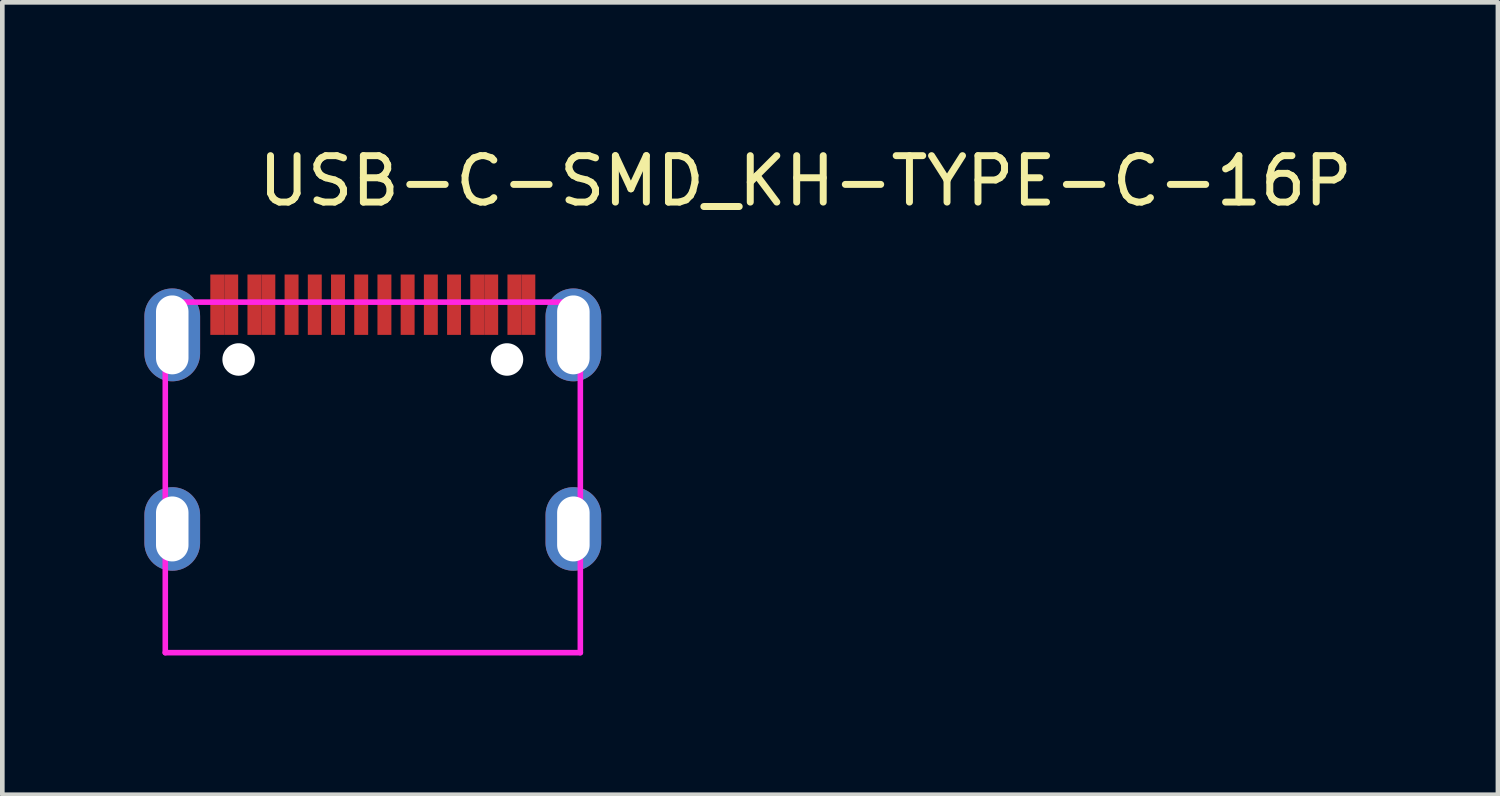
<source format=kicad_pcb>
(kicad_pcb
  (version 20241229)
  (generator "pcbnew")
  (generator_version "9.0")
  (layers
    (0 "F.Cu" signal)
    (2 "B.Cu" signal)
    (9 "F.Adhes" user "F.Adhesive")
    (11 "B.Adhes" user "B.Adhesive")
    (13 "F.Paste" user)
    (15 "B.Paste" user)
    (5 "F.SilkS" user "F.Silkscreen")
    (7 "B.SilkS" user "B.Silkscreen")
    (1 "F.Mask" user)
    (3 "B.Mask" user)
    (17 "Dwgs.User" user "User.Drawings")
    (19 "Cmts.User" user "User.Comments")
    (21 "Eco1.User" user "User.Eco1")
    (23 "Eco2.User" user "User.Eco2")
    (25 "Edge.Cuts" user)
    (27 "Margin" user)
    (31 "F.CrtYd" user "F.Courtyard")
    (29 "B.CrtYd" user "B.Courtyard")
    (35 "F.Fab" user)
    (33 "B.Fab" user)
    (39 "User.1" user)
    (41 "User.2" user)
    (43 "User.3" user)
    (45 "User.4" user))
  (footprint "USB-C-SMD_KH-TYPE-C-16P"
    (layer "F.Cu")
    (at 4.98 5.928)
    (property "Reference" "USB-C-SMD_KH-TYPE-C-16P" (at -2.54 -5.08 0) (layer "F.SilkS") (effects (font (size 1 1) (thickness 0.15)) (justify left)))
    (attr through_hole)
    (fp_poly (pts (xy -1.6 -1.765) (xy -1.6 -3.065) (xy -1.9 -3.065) (xy -1.9 -1.765)) (stroke (width 0.12) (type solid)) (fill yes) (layer "F.Paste"))
    (fp_poly (pts (xy -1.4 -3.065) (xy -1.4 -1.765) (xy -1.1 -1.765) (xy -1.1 -3.065)) (stroke (width 0.12) (type solid)) (fill yes) (layer "F.Paste"))
    (fp_poly (pts (xy -0.6 -1.765) (xy -0.6 -3.065) (xy -0.9 -3.065) (xy -0.9 -1.765)) (stroke (width 0.12) (type solid)) (fill yes) (layer "F.Paste"))
    (fp_poly (pts (xy -0.4 -3.065) (xy -0.4 -1.765) (xy -0.1 -1.765) (xy -0.1 -3.065)) (stroke (width 0.12) (type solid)) (fill yes) (layer "F.Paste"))
    (fp_poly (pts (xy 0.4 -1.765) (xy 0.4 -3.065) (xy 0.1 -3.065) (xy 0.1 -1.765)) (stroke (width 0.12) (type solid)) (fill yes) (layer "F.Paste"))
    (fp_poly (pts (xy 0.6 -3.065) (xy 0.6 -1.765) (xy 0.9 -1.765) (xy 0.9 -3.065)) (stroke (width 0.12) (type solid)) (fill yes) (layer "F.Paste"))
    (fp_poly (pts (xy 1.4 -1.765) (xy 1.4 -3.065) (xy 1.1 -3.065) (xy 1.1 -1.765)) (stroke (width 0.12) (type solid)) (fill yes) (layer "F.Paste"))
    (fp_poly (pts (xy 1.9 -1.765) (xy 1.9 -3.065) (xy 1.6 -3.065) (xy 1.6 -1.765)) (stroke (width 0.12) (type solid)) (fill yes) (layer "F.Paste"))
    (fp_poly (pts (xy -3.5 -3.065) (xy -3.5 -1.765) (xy -3.2 -1.765) (xy -2.9 -1.765) (xy -2.9 -3.065) (xy -3.2 -3.065)) (stroke (width 0.12) (type solid)) (fill yes) (layer "F.Paste"))
    (fp_poly (pts (xy -2.1 -1.765) (xy -2.1 -3.065) (xy -2.4 -3.065) (xy -2.7 -3.065) (xy -2.7 -1.765) (xy -2.4 -1.765)) (stroke (width 0.12) (type solid)) (fill yes) (layer "F.Paste"))
    (fp_poly (pts (xy 2.7 -1.765) (xy 2.7 -3.065) (xy 2.4 -3.065) (xy 2.1 -3.065) (xy 2.1 -1.765) (xy 2.4 -1.765)) (stroke (width 0.12) (type solid)) (fill yes) (layer "F.Paste"))
    (fp_poly (pts (xy 3.5 -1.765) (xy 3.5 -3.065) (xy 3.2 -3.065) (xy 2.9 -3.065) (xy 2.9 -1.765) (xy 3.2 -1.765)) (stroke (width 0.12) (type solid)) (fill yes) (layer "F.Paste"))
    (fp_poly (pts (xy -4.275 -2.763) (xy -4.305 -2.765) (xy -4.335 -2.765) (xy -4.365 -2.763) (xy -4.395 -2.76) (xy -4.424 -2.756) (xy -4.454 -2.75) (xy -4.483 -2.743) (xy -4.511 -2.734) (xy -4.539 -2.724) (xy -4.567 -2.712) (xy -4.594 -2.699) (xy -4.62 -2.685) (xy -4.646 -2.669) (xy -4.67 -2.652) (xy -4.694 -2.634) (xy -4.717 -2.615) (xy -4.739 -2.595) (xy -4.76 -2.573) (xy -4.78 -2.551) (xy -4.798 -2.527) (xy -4.816 -2.503) (xy -4.832 -2.478) (xy -4.847 -2.452) (xy -4.861 -2.425) (xy -4.873 -2.398) (xy -4.884 -2.37) (xy -4.893 -2.342) (xy -4.901 -2.313) (xy -4.908 -2.284) (xy -4.913 -2.254) (xy -4.917 -2.225) (xy -4.919 -2.195) (xy -4.92 -2.165) (xy -4.92 -1.365) (xy -4.919 -1.335) (xy -4.917 -1.305) (xy -4.913 -1.276) (xy -4.908 -1.246) (xy -4.901 -1.217) (xy -4.893 -1.188) (xy -4.884 -1.16) (xy -4.873 -1.132) (xy -4.861 -1.105) (xy -4.847 -1.078) (xy -4.832 -1.052) (xy -4.816 -1.027) (xy -4.798 -1.003) (xy -4.78 -0.979) (xy -4.76 -0.957) (xy -4.739 -0.936) (xy -4.717 -0.915) (xy -4.694 -0.896) (xy -4.67 -0.878) (xy -4.646 -0.861) (xy -4.62 -0.845) (xy -4.594 -0.831) (xy -4.567 -0.818) (xy -4.539 -0.807) (xy -4.511 -0.796) (xy -4.483 -0.787) (xy -4.454 -0.78) (xy -4.424 -0.774) (xy -4.395 -0.77) (xy -4.365 -0.767) (xy -4.335 -0.765) (xy -4.305 -0.765) (xy -4.275 -0.767) (xy -4.245 -0.77) (xy -4.216 -0.774) (xy -4.187 -0.78) (xy -4.158 -0.787) (xy -4.129 -0.796) (xy -4.101 -0.807) (xy -4.073 -0.818) (xy -4.046 -0.831) (xy -4.02 -0.845) (xy -3.995 -0.861) (xy -3.97 -0.878) (xy -3.946 -0.896) (xy -3.923 -0.915) (xy -3.901 -0.936) (xy -3.88 -0.957) (xy -3.86 -0.979) (xy -3.842 -1.003) (xy -3.824 -1.027) (xy -3.808 -1.052) (xy -3.793 -1.078) (xy -3.779 -1.105) (xy -3.767 -1.132) (xy -3.756 -1.16) (xy -3.747 -1.188) (xy -3.739 -1.217) (xy -3.732 -1.246) (xy -3.727 -1.276) (xy -3.723 -1.305) (xy -3.721 -1.335) (xy -3.72 -1.365) (xy -3.72 -2.165) (xy -3.721 -2.195) (xy -3.723 -2.225) (xy -3.727 -2.254) (xy -3.732 -2.284) (xy -3.739 -2.313) (xy -3.747 -2.342) (xy -3.756 -2.37) (xy -3.767 -2.398) (xy -3.779 -2.425) (xy -3.793 -2.452) (xy -3.808 -2.478) (xy -3.824 -2.503) (xy -3.842 -2.527) (xy -3.86 -2.551) (xy -3.88 -2.573) (xy -3.901 -2.595) (xy -3.923 -2.615) (xy -3.946 -2.634) (xy -3.97 -2.652) (xy -3.995 -2.669) (xy -4.02 -2.685) (xy -4.046 -2.699) (xy -4.073 -2.712) (xy -4.101 -2.724) (xy -4.129 -2.734) (xy -4.158 -2.743) (xy -4.187 -2.75) (xy -4.216 -2.756) (xy -4.245 -2.76)) (stroke (width 0.12) (type solid)) (fill yes) (layer "F.Paste"))
    (fp_poly (pts (xy -4.275 1.517) (xy -4.305 1.515) (xy -4.335 1.515) (xy -4.365 1.517) (xy -4.395 1.52) (xy -4.424 1.524) (xy -4.454 1.53) (xy -4.483 1.537) (xy -4.511 1.546) (xy -4.539 1.557) (xy -4.567 1.568) (xy -4.594 1.581) (xy -4.62 1.595) (xy -4.646 1.611) (xy -4.67 1.628) (xy -4.694 1.646) (xy -4.717 1.665) (xy -4.739 1.686) (xy -4.76 1.707) (xy -4.78 1.729) (xy -4.798 1.753) (xy -4.816 1.777) (xy -4.832 1.802) (xy -4.847 1.828) (xy -4.861 1.855) (xy -4.873 1.882) (xy -4.884 1.91) (xy -4.893 1.938) (xy -4.901 1.967) (xy -4.908 1.996) (xy -4.913 2.026) (xy -4.917 2.055) (xy -4.919 2.085) (xy -4.92 2.115) (xy -4.92 2.715) (xy -4.919 2.745) (xy -4.917 2.775) (xy -4.913 2.804) (xy -4.908 2.834) (xy -4.901 2.863) (xy -4.893 2.892) (xy -4.884 2.92) (xy -4.873 2.948) (xy -4.861 2.975) (xy -4.847 3.002) (xy -4.832 3.028) (xy -4.816 3.053) (xy -4.798 3.077) (xy -4.78 3.101) (xy -4.76 3.123) (xy -4.739 3.145) (xy -4.717 3.165) (xy -4.694 3.184) (xy -4.67 3.202) (xy -4.646 3.219) (xy -4.62 3.235) (xy -4.594 3.249) (xy -4.567 3.262) (xy -4.539 3.274) (xy -4.511 3.284) (xy -4.483 3.293) (xy -4.454 3.3) (xy -4.424 3.306) (xy -4.395 3.31) (xy -4.365 3.313) (xy -4.335 3.315) (xy -4.305 3.315) (xy -4.275 3.313) (xy -4.245 3.31) (xy -4.216 3.306) (xy -4.187 3.3) (xy -4.158 3.293) (xy -4.129 3.284) (xy -4.101 3.274) (xy -4.073 3.262) (xy -4.046 3.249) (xy -4.02 3.235) (xy -3.995 3.219) (xy -3.97 3.202) (xy -3.946 3.184) (xy -3.923 3.165) (xy -3.901 3.145) (xy -3.88 3.123) (xy -3.86 3.101) (xy -3.842 3.077) (xy -3.824 3.053) (xy -3.808 3.028) (xy -3.793 3.002) (xy -3.779 2.975) (xy -3.767 2.948) (xy -3.756 2.92) (xy -3.747 2.892) (xy -3.739 2.863) (xy -3.732 2.834) (xy -3.727 2.804) (xy -3.723 2.775) (xy -3.721 2.745) (xy -3.72 2.715) (xy -3.72 2.115) (xy -3.721 2.085) (xy -3.723 2.055) (xy -3.727 2.026) (xy -3.732 1.996) (xy -3.739 1.967) (xy -3.747 1.938) (xy -3.756 1.91) (xy -3.767 1.882) (xy -3.779 1.855) (xy -3.793 1.828) (xy -3.808 1.802) (xy -3.824 1.777) (xy -3.842 1.753) (xy -3.86 1.729) (xy -3.88 1.707) (xy -3.901 1.686) (xy -3.923 1.665) (xy -3.946 1.646) (xy -3.97 1.628) (xy -3.995 1.611) (xy -4.02 1.595) (xy -4.046 1.581) (xy -4.073 1.568) (xy -4.101 1.557) (xy -4.129 1.546) (xy -4.158 1.537) (xy -4.187 1.53) (xy -4.216 1.524) (xy -4.245 1.52)) (stroke (width 0.12) (type solid)) (fill yes) (layer "F.Paste"))
    (fp_poly (pts (xy 4.365 -2.763) (xy 4.335 -2.765) (xy 4.305 -2.765) (xy 4.275 -2.763) (xy 4.245 -2.76) (xy 4.216 -2.756) (xy 4.187 -2.75) (xy 4.158 -2.743) (xy 4.129 -2.734) (xy 4.101 -2.724) (xy 4.073 -2.712) (xy 4.046 -2.699) (xy 4.02 -2.685) (xy 3.995 -2.669) (xy 3.97 -2.652) (xy 3.946 -2.634) (xy 3.923 -2.615) (xy 3.901 -2.595) (xy 3.88 -2.573) (xy 3.86 -2.551) (xy 3.842 -2.527) (xy 3.824 -2.503) (xy 3.808 -2.478) (xy 3.793 -2.452) (xy 3.779 -2.425) (xy 3.767 -2.398) (xy 3.756 -2.37) (xy 3.747 -2.342) (xy 3.739 -2.313) (xy 3.732 -2.284) (xy 3.727 -2.254) (xy 3.723 -2.225) (xy 3.721 -2.195) (xy 3.72 -2.165) (xy 3.72 -1.365) (xy 3.721 -1.335) (xy 3.723 -1.305) (xy 3.727 -1.276) (xy 3.732 -1.246) (xy 3.739 -1.217) (xy 3.747 -1.188) (xy 3.756 -1.16) (xy 3.767 -1.132) (xy 3.779 -1.105) (xy 3.793 -1.078) (xy 3.808 -1.052) (xy 3.824 -1.027) (xy 3.842 -1.003) (xy 3.86 -0.979) (xy 3.88 -0.957) (xy 3.901 -0.936) (xy 3.923 -0.915) (xy 3.946 -0.896) (xy 3.97 -0.878) (xy 3.995 -0.861) (xy 4.02 -0.845) (xy 4.046 -0.831) (xy 4.073 -0.818) (xy 4.101 -0.807) (xy 4.129 -0.796) (xy 4.158 -0.787) (xy 4.187 -0.78) (xy 4.216 -0.774) (xy 4.245 -0.77) (xy 4.275 -0.767) (xy 4.305 -0.765) (xy 4.335 -0.765) (xy 4.365 -0.767) (xy 4.395 -0.77) (xy 4.424 -0.774) (xy 4.454 -0.78) (xy 4.483 -0.787) (xy 4.511 -0.796) (xy 4.539 -0.807) (xy 4.567 -0.818) (xy 4.594 -0.831) (xy 4.62 -0.845) (xy 4.646 -0.861) (xy 4.67 -0.878) (xy 4.694 -0.896) (xy 4.717 -0.915) (xy 4.739 -0.936) (xy 4.76 -0.957) (xy 4.78 -0.979) (xy 4.798 -1.003) (xy 4.816 -1.027) (xy 4.832 -1.052) (xy 4.847 -1.078) (xy 4.861 -1.105) (xy 4.873 -1.132) (xy 4.884 -1.16) (xy 4.893 -1.188) (xy 4.901 -1.217) (xy 4.908 -1.246) (xy 4.913 -1.276) (xy 4.917 -1.305) (xy 4.919 -1.335) (xy 4.92 -1.365) (xy 4.92 -2.165) (xy 4.919 -2.195) (xy 4.917 -2.225) (xy 4.913 -2.254) (xy 4.908 -2.284) (xy 4.901 -2.313) (xy 4.893 -2.342) (xy 4.884 -2.37) (xy 4.873 -2.398) (xy 4.861 -2.425) (xy 4.847 -2.452) (xy 4.832 -2.478) (xy 4.816 -2.503) (xy 4.798 -2.527) (xy 4.78 -2.551) (xy 4.76 -2.573) (xy 4.739 -2.595) (xy 4.717 -2.615) (xy 4.694 -2.634) (xy 4.67 -2.652) (xy 4.646 -2.669) (xy 4.62 -2.685) (xy 4.594 -2.699) (xy 4.567 -2.712) (xy 4.539 -2.724) (xy 4.511 -2.734) (xy 4.483 -2.743) (xy 4.454 -2.75) (xy 4.424 -2.756) (xy 4.395 -2.76)) (stroke (width 0.12) (type solid)) (fill yes) (layer "F.Paste"))
    (fp_poly (pts (xy 4.365 1.517) (xy 4.335 1.515) (xy 4.305 1.515) (xy 4.275 1.517) (xy 4.245 1.52) (xy 4.216 1.524) (xy 4.187 1.53) (xy 4.158 1.537) (xy 4.129 1.546) (xy 4.101 1.557) (xy 4.073 1.568) (xy 4.046 1.581) (xy 4.02 1.595) (xy 3.995 1.611) (xy 3.97 1.628) (xy 3.946 1.646) (xy 3.923 1.665) (xy 3.901 1.686) (xy 3.88 1.707) (xy 3.86 1.729) (xy 3.842 1.753) (xy 3.824 1.777) (xy 3.808 1.802) (xy 3.793 1.828) (xy 3.779 1.855) (xy 3.767 1.882) (xy 3.756 1.91) (xy 3.747 1.938) (xy 3.739 1.967) (xy 3.732 1.996) (xy 3.727 2.026) (xy 3.723 2.055) (xy 3.721 2.085) (xy 3.72 2.115) (xy 3.72 2.715) (xy 3.721 2.745) (xy 3.723 2.775) (xy 3.727 2.804) (xy 3.732 2.834) (xy 3.739 2.863) (xy 3.747 2.892) (xy 3.756 2.92) (xy 3.767 2.948) (xy 3.779 2.975) (xy 3.793 3.002) (xy 3.808 3.028) (xy 3.824 3.053) (xy 3.842 3.077) (xy 3.86 3.101) (xy 3.88 3.123) (xy 3.901 3.145) (xy 3.923 3.165) (xy 3.946 3.184) (xy 3.97 3.202) (xy 3.995 3.219) (xy 4.02 3.235) (xy 4.046 3.249) (xy 4.073 3.262) (xy 4.101 3.274) (xy 4.129 3.284) (xy 4.158 3.293) (xy 4.187 3.3) (xy 4.216 3.306) (xy 4.245 3.31) (xy 4.275 3.313) (xy 4.305 3.315) (xy 4.335 3.315) (xy 4.365 3.313) (xy 4.395 3.31) (xy 4.424 3.306) (xy 4.454 3.3) (xy 4.483 3.293) (xy 4.511 3.284) (xy 4.539 3.274) (xy 4.567 3.262) (xy 4.594 3.249) (xy 4.62 3.235) (xy 4.646 3.219) (xy 4.67 3.202) (xy 4.694 3.184) (xy 4.717 3.165) (xy 4.739 3.145) (xy 4.76 3.123) (xy 4.78 3.101) (xy 4.798 3.077) (xy 4.816 3.053) (xy 4.832 3.028) (xy 4.847 3.002) (xy 4.861 2.975) (xy 4.873 2.948) (xy 4.884 2.92) (xy 4.893 2.892) (xy 4.901 2.863) (xy 4.908 2.834) (xy 4.913 2.804) (xy 4.917 2.775) (xy 4.919 2.745) (xy 4.92 2.715) (xy 4.92 2.115) (xy 4.919 2.085) (xy 4.917 2.055) (xy 4.913 2.026) (xy 4.908 1.996) (xy 4.901 1.967) (xy 4.893 1.938) (xy 4.884 1.91) (xy 4.873 1.882) (xy 4.861 1.855) (xy 4.847 1.828) (xy 4.832 1.802) (xy 4.816 1.777) (xy 4.798 1.753) (xy 4.78 1.729) (xy 4.76 1.707) (xy 4.739 1.686) (xy 4.717 1.665) (xy 4.694 1.646) (xy 4.67 1.628) (xy 4.646 1.611) (xy 4.62 1.595) (xy 4.594 1.581) (xy 4.567 1.568) (xy 4.539 1.557) (xy 4.511 1.546) (xy 4.483 1.537) (xy 4.454 1.53) (xy 4.424 1.524) (xy 4.395 1.52)) (stroke (width 0.12) (type solid)) (fill yes) (layer "F.Paste"))
    (fp_circle (center -2.89 -1.235) (end -2.765 -1.235) (stroke (width 0.25) (type solid)) (fill no) (layer "Dwgs.User"))
    (fp_circle (center 2.89 -1.235) (end 3.015 -1.235) (stroke (width 0.25) (type solid)) (fill no) (layer "Dwgs.User"))
    (fp_circle (center -4.47 -2.76) (end -4.44 -2.76) (stroke (width 0.06) (type solid)) (fill no) (layer "Eco2.User"))
    (fp_poly (pts (xy -4.47 -2.315) (xy -4.17 -2.315) (xy -4.17 -1.215) (xy -4.47 -1.215)) (stroke (width 0.12) (type solid)) (fill no) (layer "Eco2.User"))
    (fp_poly (pts (xy -4.47 2.015) (xy -4.17 2.015) (xy -4.17 2.815) (xy -4.47 2.815)) (stroke (width 0.12) (type solid)) (fill no) (layer "Eco2.User"))
    (fp_poly (pts (xy -3.4 -2.76) (xy -3.2 -2.76) (xy -3.2 -1.76) (xy -3.4 -1.76)) (stroke (width 0.12) (type solid)) (fill no) (layer "Eco2.User"))
    (fp_poly (pts (xy -3.2 -2.76) (xy -3 -2.76) (xy -3 -1.76) (xy -3.2 -1.76)) (stroke (width 0.12) (type solid)) (fill no) (layer "Eco2.User"))
    (fp_poly (pts (xy -2.6 -2.76) (xy -2.4 -2.76) (xy -2.4 -1.76) (xy -2.6 -1.76)) (stroke (width 0.12) (type solid)) (fill no) (layer "Eco2.User"))
    (fp_poly (pts (xy -2.4 -2.76) (xy -2.2 -2.76) (xy -2.2 -1.76) (xy -2.4 -1.76)) (stroke (width 0.12) (type solid)) (fill no) (layer "Eco2.User"))
    (fp_poly (pts (xy -1.85 -2.76) (xy -1.65 -2.76) (xy -1.65 -1.76) (xy -1.85 -1.76)) (stroke (width 0.12) (type solid)) (fill no) (layer "Eco2.User"))
    (fp_poly (pts (xy -1.35 -2.76) (xy -1.15 -2.76) (xy -1.15 -1.76) (xy -1.35 -1.76)) (stroke (width 0.12) (type solid)) (fill no) (layer "Eco2.User"))
    (fp_poly (pts (xy -0.85 -2.76) (xy -0.65 -2.76) (xy -0.65 -1.76) (xy -0.85 -1.76)) (stroke (width 0.12) (type solid)) (fill no) (layer "Eco2.User"))
    (fp_poly (pts (xy -0.35 -2.76) (xy -0.15 -2.76) (xy -0.15 -1.76) (xy -0.35 -1.76)) (stroke (width 0.12) (type solid)) (fill no) (layer "Eco2.User"))
    (fp_poly (pts (xy 0.15 -2.76) (xy 0.35 -2.76) (xy 0.35 -1.76) (xy 0.15 -1.76)) (stroke (width 0.12) (type solid)) (fill no) (layer "Eco2.User"))
    (fp_poly (pts (xy 0.65 -2.76) (xy 0.85 -2.76) (xy 0.85 -1.76) (xy 0.65 -1.76)) (stroke (width 0.12) (type solid)) (fill no) (layer "Eco2.User"))
    (fp_poly (pts (xy 1.15 -2.76) (xy 1.35 -2.76) (xy 1.35 -1.76) (xy 1.15 -1.76)) (stroke (width 0.12) (type solid)) (fill no) (layer "Eco2.User"))
    (fp_poly (pts (xy 1.65 -2.76) (xy 1.85 -2.76) (xy 1.85 -1.76) (xy 1.65 -1.76)) (stroke (width 0.12) (type solid)) (fill no) (layer "Eco2.User"))
    (fp_poly (pts (xy 2.2 -2.76) (xy 2.4 -2.76) (xy 2.4 -1.76) (xy 2.2 -1.76)) (stroke (width 0.12) (type solid)) (fill no) (layer "Eco2.User"))
    (fp_poly (pts (xy 2.4 -2.76) (xy 2.6 -2.76) (xy 2.6 -1.76) (xy 2.4 -1.76)) (stroke (width 0.12) (type solid)) (fill no) (layer "Eco2.User"))
    (fp_poly (pts (xy 3 -2.76) (xy 3.2 -2.76) (xy 3.2 -1.76) (xy 3 -1.76)) (stroke (width 0.12) (type solid)) (fill no) (layer "Eco2.User"))
    (fp_poly (pts (xy 3.2 -2.76) (xy 3.4 -2.76) (xy 3.4 -1.76) (xy 3.2 -1.76)) (stroke (width 0.12) (type solid)) (fill no) (layer "Eco2.User"))
    (fp_poly (pts (xy 4.17 -2.315) (xy 4.47 -2.315) (xy 4.47 -1.215) (xy 4.17 -1.215)) (stroke (width 0.12) (type solid)) (fill no) (layer "Eco2.User"))
    (fp_poly (pts (xy 4.17 2.015) (xy 4.47 2.015) (xy 4.47 2.815) (xy 4.17 2.815)) (stroke (width 0.12) (type solid)) (fill no) (layer "Eco2.User"))
    (fp_line (start -4.47 -2.47) (end 4.47 -2.47) (stroke (width 0.12) (type solid)) (layer "F.CrtYd"))
    (fp_line (start -4.47 5.08) (end -4.47 -2.47) (stroke (width 0.12) (type solid)) (layer "F.CrtYd"))
    (fp_line (start 4.47 -2.47) (end 4.47 5.08) (stroke (width 0.12) (type solid)) (layer "F.CrtYd"))
    (fp_line (start 4.47 5.08) (end -4.47 5.08) (stroke (width 0.12) (type solid)) (layer "F.CrtYd"))
    (pad "" np_thru_hole circle (at -2.89 -1.235) (size 0.7 0.7) (drill 0.7) (layers "*.Cu" "*.Mask"))
    (pad "" np_thru_hole circle (at 2.89 -1.235) (size 0.7 0.7) (drill 0.7) (layers "*.Cu" "*.Mask"))
    (pad "1" thru_hole oval (at -4.32 -1.765) (size 1.2 2) (drill oval 0.7 1.7) (layers "*.Cu" "*.Mask"))
    (pad "2" thru_hole oval (at 4.32 -1.765) (size 1.2 2) (drill oval 0.7 1.7) (layers "*.Cu" "*.Mask"))
    (pad "3" thru_hole oval (at -4.32 2.415) (size 1.2 1.8) (drill oval 0.7 1.4) (layers "*.Cu" "*.Mask"))
    (pad "4" thru_hole oval (at 4.32 2.415) (size 1.2 1.8) (drill oval 0.7 1.4) (layers "*.Cu" "*.Mask"))
    (pad "A1" smd rect (at -3.35 -2.415) (size 0.3 1.3) (layers "F.Cu" "F.Mask" "F.Paste"))
    (pad "A4" smd rect (at -2.55 -2.415) (size 0.3 1.3) (layers "F.Cu" "F.Mask" "F.Paste"))
    (pad "A5" smd rect (at -1.25 -2.415) (size 0.3 1.3) (layers "F.Cu" "F.Mask" "F.Paste"))
    (pad "A6" smd rect (at -0.25 -2.415) (size 0.3 1.3) (layers "F.Cu" "F.Mask" "F.Paste"))
    (pad "A7" smd rect (at 0.25 -2.415) (size 0.3 1.3) (layers "F.Cu" "F.Mask" "F.Paste"))
    (pad "A8" smd rect (at 1.25 -2.415) (size 0.3 1.3) (layers "F.Cu" "F.Mask" "F.Paste"))
    (pad "A9" smd rect (at 2.55 -2.415) (size 0.3 1.3) (layers "F.Cu" "F.Mask" "F.Paste"))
    (pad "A12" smd rect (at 3.35 -2.415) (size 0.3 1.3) (layers "F.Cu" "F.Mask" "F.Paste"))
    (pad "B1" smd rect (at 3.05 -2.415) (size 0.3 1.3) (layers "F.Cu" "F.Mask" "F.Paste"))
    (pad "B4" smd rect (at 2.25 -2.415) (size 0.3 1.3) (layers "F.Cu" "F.Mask" "F.Paste"))
    (pad "B5" smd rect (at 1.75 -2.415) (size 0.3 1.3) (layers "F.Cu" "F.Mask" "F.Paste"))
    (pad "B6" smd rect (at 0.75 -2.415) (size 0.3 1.3) (layers "F.Cu" "F.Mask" "F.Paste"))
    (pad "B7" smd rect (at -0.75 -2.415) (size 0.3 1.3) (layers "F.Cu" "F.Mask" "F.Paste"))
    (pad "B8" smd rect (at -1.75 -2.415) (size 0.3 1.3) (layers "F.Cu" "F.Mask" "F.Paste"))
    (pad "B9" smd rect (at -2.25 -2.415) (size 0.3 1.3) (layers "F.Cu" "F.Mask" "F.Paste"))
    (pad "B12" smd rect (at -3.05 -2.415) (size 0.3 1.3) (layers "F.Cu" "F.Mask" "F.Paste")))
  (gr_rect
    (start -3 -3)
    (end 29.214 14.068)
    (stroke (width 0.1) (type default))
    (fill no)
    (layer "Edge.Cuts")))
</source>
